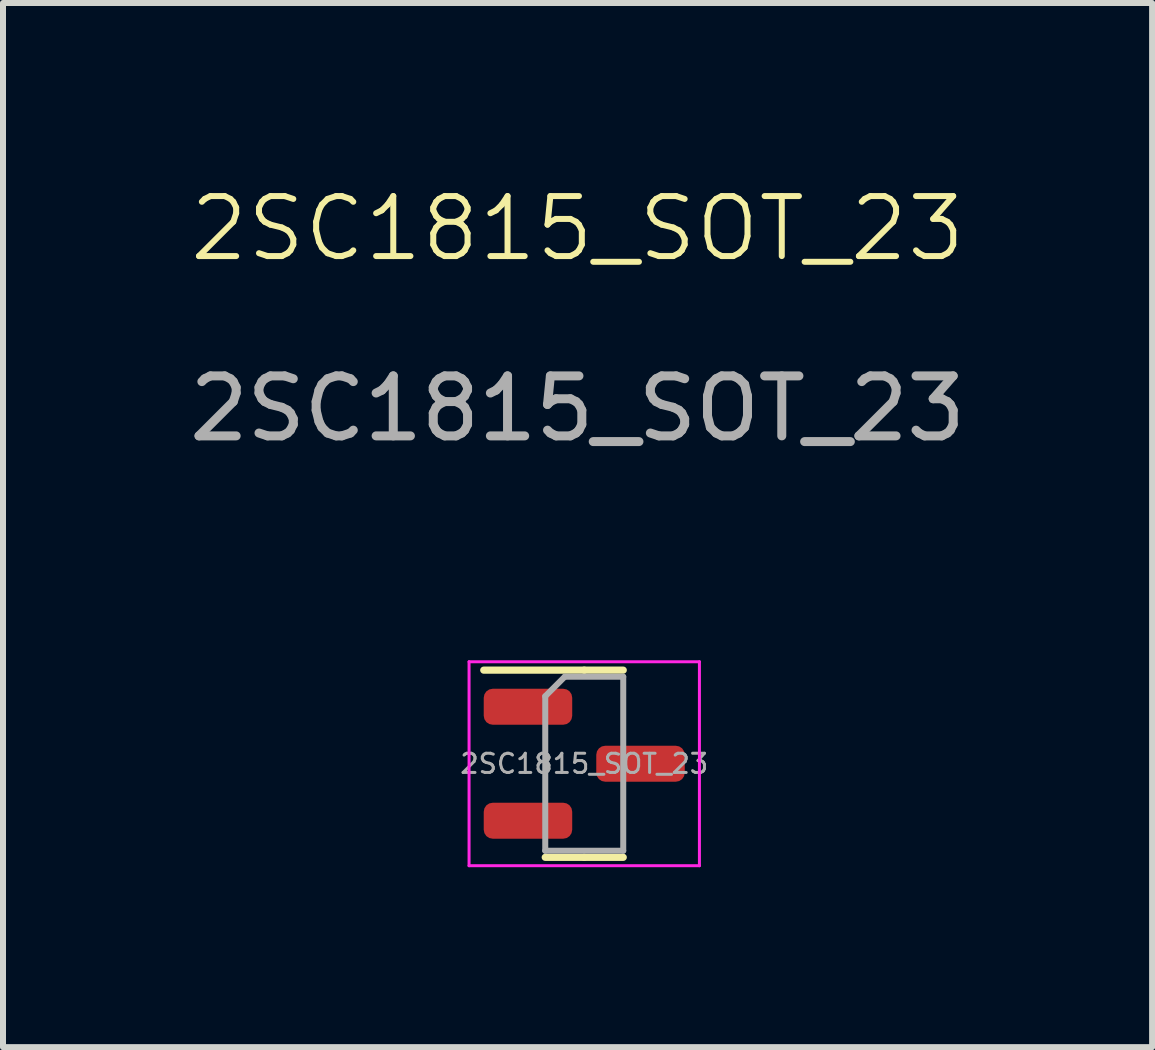
<source format=kicad_pcb>
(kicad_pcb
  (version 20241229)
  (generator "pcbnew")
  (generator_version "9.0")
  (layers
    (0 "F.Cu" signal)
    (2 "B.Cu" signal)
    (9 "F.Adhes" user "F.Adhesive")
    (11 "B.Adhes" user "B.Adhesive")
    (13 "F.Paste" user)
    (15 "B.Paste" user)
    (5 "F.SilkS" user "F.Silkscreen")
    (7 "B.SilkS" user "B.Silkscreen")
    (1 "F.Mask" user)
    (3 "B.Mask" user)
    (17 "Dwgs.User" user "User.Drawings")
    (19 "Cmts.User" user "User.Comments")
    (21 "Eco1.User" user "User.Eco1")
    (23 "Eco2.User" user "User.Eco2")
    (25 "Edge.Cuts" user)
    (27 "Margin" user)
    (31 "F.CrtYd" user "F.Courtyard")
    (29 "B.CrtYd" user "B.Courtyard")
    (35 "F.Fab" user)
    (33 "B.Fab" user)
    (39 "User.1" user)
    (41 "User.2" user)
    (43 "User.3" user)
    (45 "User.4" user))
  (footprint "2SC1815_SOT_23"
    (layer "F.Cu")
    (at 6.577 9.857)
    (property "Reference" "2SC1815_SOT_23" (at 0 -9.096 0) (unlocked yes) (layer "F.SilkS") (effects (font (size 1 1) (thickness 0.1))))
    (attr smd)
    (fp_line (start 0.112 -1.736) (end -1.563 -1.736) (stroke (width 0.12) (type solid)) (layer "F.SilkS"))
    (fp_line (start 0.112 -1.736) (end 0.762 -1.736) (stroke (width 0.12) (type solid)) (layer "F.SilkS"))
    (fp_line (start 0.112 1.384) (end -0.538 1.384) (stroke (width 0.12) (type solid)) (layer "F.SilkS"))
    (fp_line (start 0.112 1.384) (end 0.762 1.384) (stroke (width 0.12) (type solid)) (layer "F.SilkS"))
    (fp_line (start -1.808 -1.876) (end -1.808 1.524) (stroke (width 0.05) (type solid)) (layer "F.CrtYd"))
    (fp_line (start -1.808 1.524) (end 2.032 1.524) (stroke (width 0.05) (type solid)) (layer "F.CrtYd"))
    (fp_line (start 2.032 -1.876) (end -1.808 -1.876) (stroke (width 0.05) (type solid)) (layer "F.CrtYd"))
    (fp_line (start 2.032 1.524) (end 2.032 -1.876) (stroke (width 0.05) (type solid)) (layer "F.CrtYd"))
    (fp_line (start -0.538 -1.301) (end -0.213 -1.626) (stroke (width 0.1) (type solid)) (layer "F.Fab"))
    (fp_line (start -0.538 1.274) (end -0.538 -1.301) (stroke (width 0.1) (type solid)) (layer "F.Fab"))
    (fp_line (start -0.213 -1.626) (end 0.762 -1.626) (stroke (width 0.1) (type solid)) (layer "F.Fab"))
    (fp_line (start 0.762 -1.626) (end 0.762 1.274) (stroke (width 0.1) (type solid)) (layer "F.Fab"))
    (fp_line (start 0.762 1.274) (end -0.538 1.274) (stroke (width 0.1) (type solid)) (layer "F.Fab"))
    (fp_text user "${REFERENCE}" (at 0.112 -0.176 0) (layer "F.Fab") (effects (font (size 0.32 0.32) (thickness 0.05))))
    (fp_text user "${REFERENCE}" (at 0 -6.096 0) (unlocked yes) (layer "F.Fab") (effects (font (size 1 1) (thickness 0.15))))
    (pad "1" smd roundrect (at -0.826 -1.126) (size 1.475 0.6) (layers "F.Cu" "F.Mask" "F.Paste") (roundrect_rratio 0.25))
    (pad "2" smd roundrect (at -0.826 0.774) (size 1.475 0.6) (layers "F.Cu" "F.Mask" "F.Paste") (roundrect_rratio 0.25))
    (pad "3" smd roundrect (at 1.05 -0.176) (size 1.475 0.6) (layers "F.Cu" "F.Mask" "F.Paste") (roundrect_rratio 0.25)))
  (gr_rect
    (start -3 -3)
    (end 16.155 14.405)
    (stroke (width 0.1) (type default))
    (fill no)
    (layer "Edge.Cuts")))
</source>
